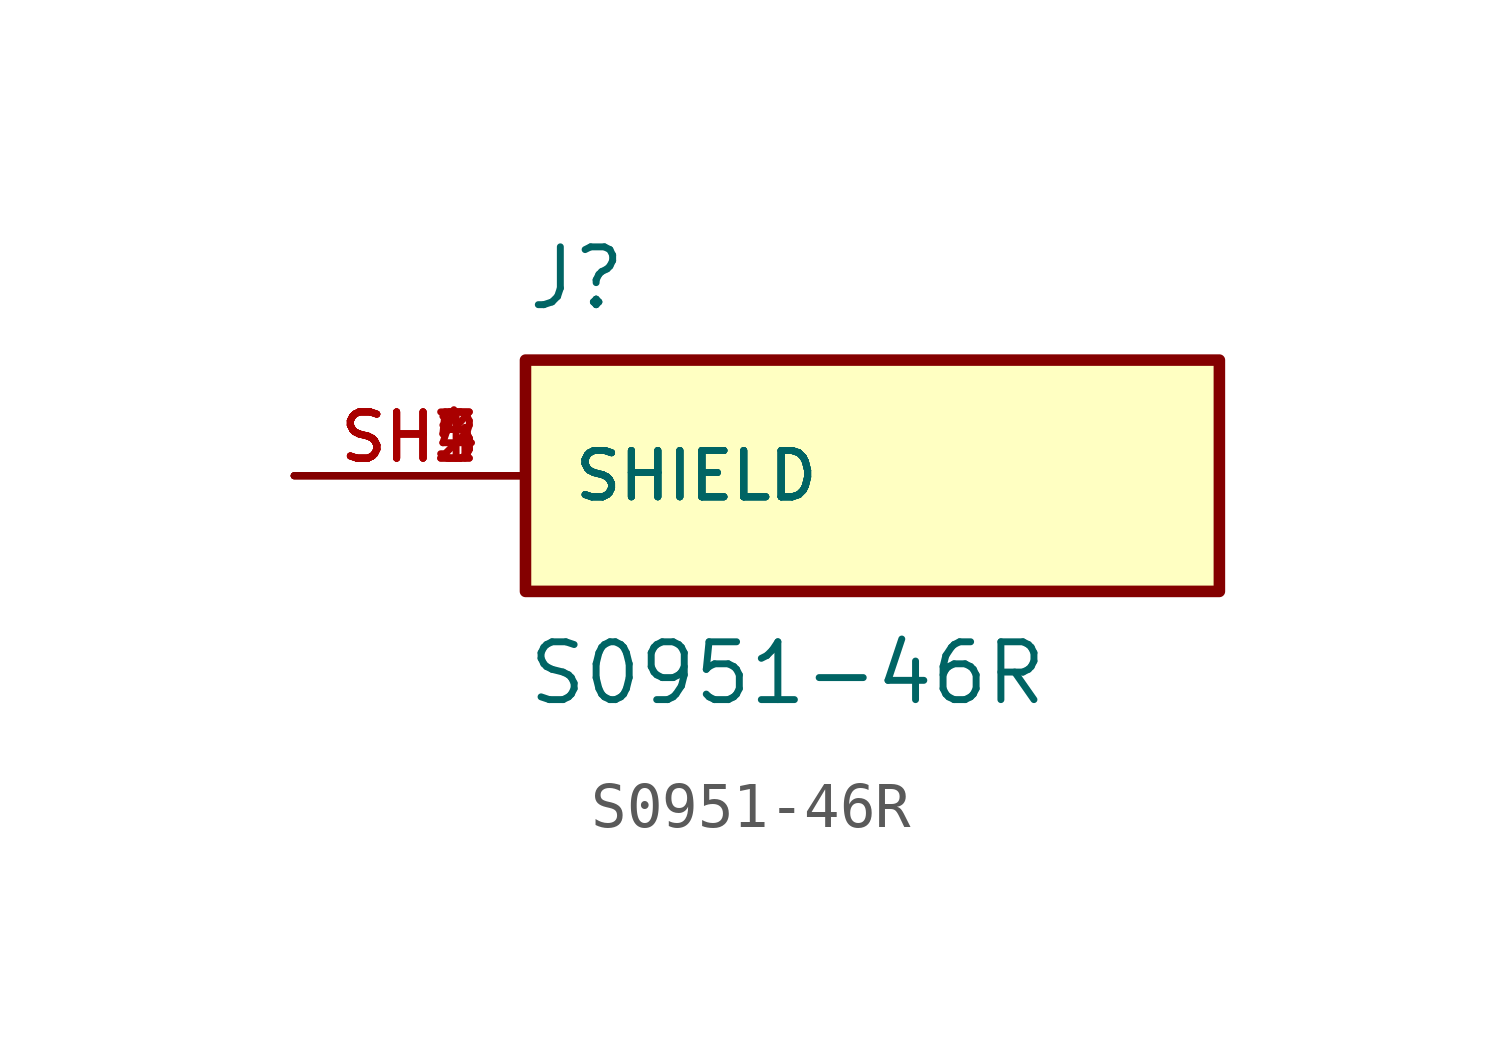
<source format=kicad_sym>
(kicad_symbol_lib
  (version 20211014)
  (generator kicad_symbol_editor)
  (symbol "S0951-46R"
    (pin_names
      (offset 1.016))
    (property "Reference" "J"
      (at -7.62 5.08 0)
      (effects (font (size 1.27 1.27)) (justify top left)))
    (property "Value" "S0951-46R"
      (at -7.62 -5.08 0)
      (effects (font (size 1.27 1.27)) (justify bottom left)))
    (symbol "S0951-46R_0_0"
      (rectangle (start -7.62 -2.54) (end 7.62 2.54) (stroke (width 0.254)) (fill (type background)))
      (pin passive line (at -12.7 0.0 0) (length 5.08) (name "SHIELD" (effects (font (size 1.016 1.016)))) (number "SH1" (effects (font (size 1.016 1.016)))))
      (pin passive line (at -12.7 0.0 0) (length 5.08) (name "SHIELD" (effects (font (size 1.016 1.016)))) (number "SH2" (effects (font (size 1.016 1.016)))))
      (pin passive line (at -12.7 0.0 0) (length 5.08) (name "SHIELD" (effects (font (size 1.016 1.016)))) (number "SH3" (effects (font (size 1.016 1.016)))))
      (pin passive line (at -12.7 0.0 0) (length 5.08) (name "SHIELD" (effects (font (size 1.016 1.016)))) (number "SH4" (effects (font (size 1.016 1.016)))))
      (pin passive line (at -12.7 0.0 0) (length 5.08) (name "SHIELD" (effects (font (size 1.016 1.016)))) (number "SH5" (effects (font (size 1.016 1.016))))))))
</source>
